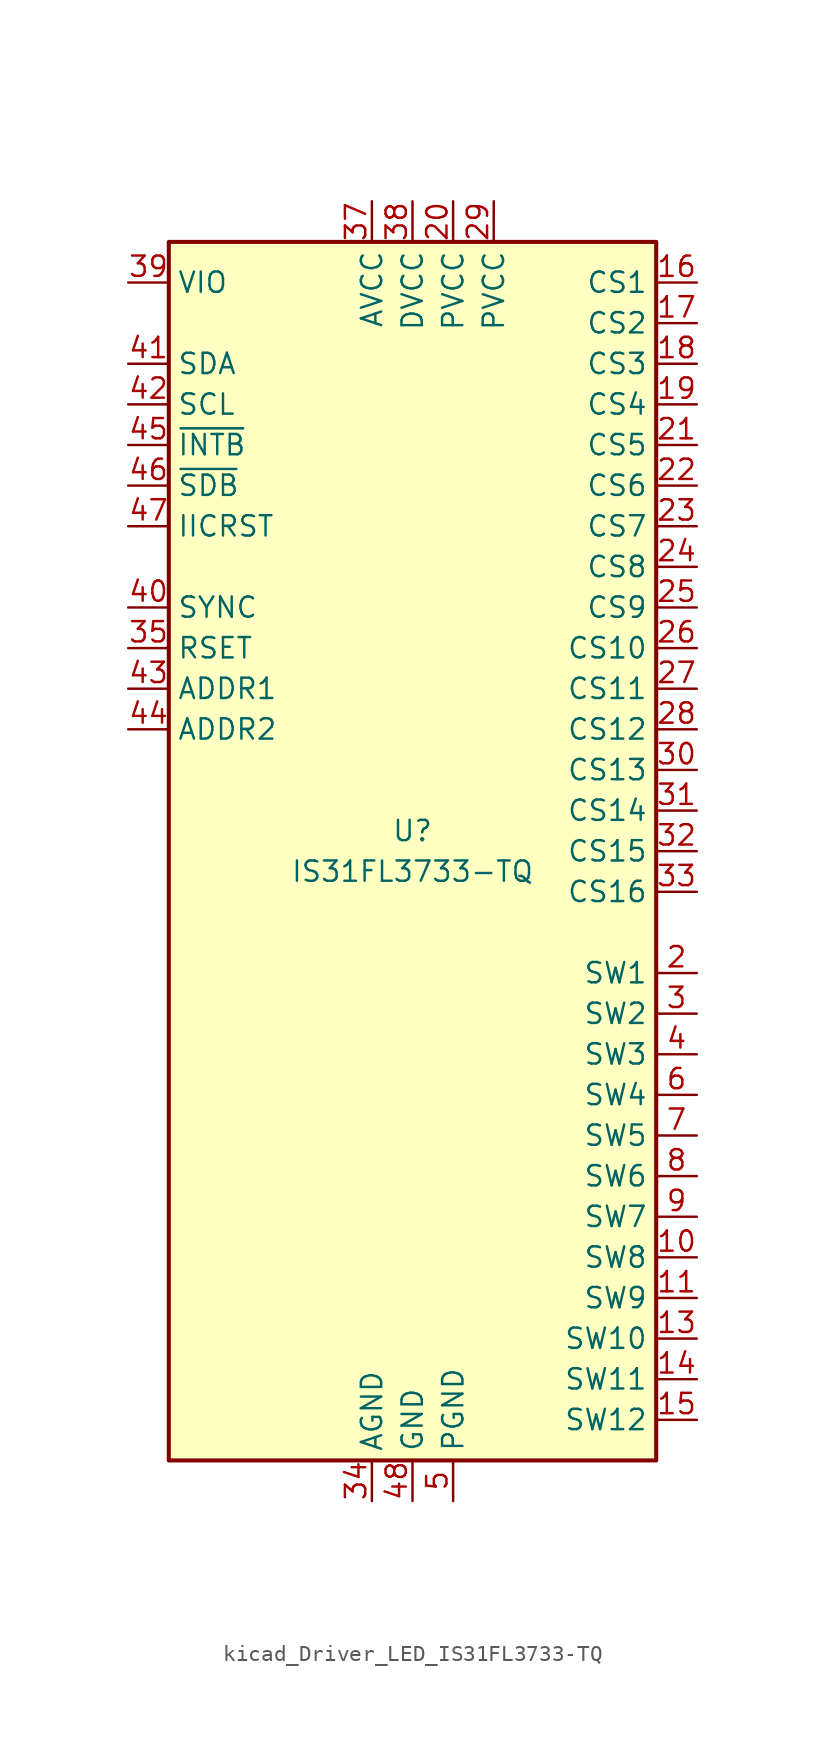
<source format=kicad_sym>
(kicad_symbol_lib
  (version 20220914)
  (generator kicad_symbol_editor)
  (symbol "kicad_Driver_LED_IS31FL3733-TQ"
    (property "Reference" "U"
      (at 0 1.27 0)
      (effects (font (size 1.27 1.27))))
    (property "Value" "IS31FL3733-TQ"
      (at 0 -1.27 0)
      (effects (font (size 1.27 1.27))))
    (symbol "kicad_Driver_LED_IS31FL3733-TQ_0_1"
      (rectangle (start -15.24 38.1) (end 15.24 -38.1) (stroke (width 0.254) (type default)) (fill (type background))))
    (symbol "kicad_Driver_LED_IS31FL3733-TQ_1_1"
      (pin no_connect line (at -15.24 -33.02 0) (length 2.54) hide (name "NC" (effects (font (size 1.27 1.27)))) (number "1" (effects (font (size 1.27 1.27)))))
      (pin input line (at 17.78 -25.4 180) (length 2.54) (name "SW8" (effects (font (size 1.27 1.27)))) (number "10" (effects (font (size 1.27 1.27)))))
      (pin input line (at 17.78 -27.94 180) (length 2.54) (name "SW9" (effects (font (size 1.27 1.27)))) (number "11" (effects (font (size 1.27 1.27)))))
      (pin passive line (at 2.54 -40.64 90) (length 2.54) hide (name "PGND" (effects (font (size 1.27 1.27)))) (number "12" (effects (font (size 1.27 1.27)))))
      (pin input line (at 17.78 -30.48 180) (length 2.54) (name "SW10" (effects (font (size 1.27 1.27)))) (number "13" (effects (font (size 1.27 1.27)))))
      (pin input line (at 17.78 -33.02 180) (length 2.54) (name "SW11" (effects (font (size 1.27 1.27)))) (number "14" (effects (font (size 1.27 1.27)))))
      (pin input line (at 17.78 -35.56 180) (length 2.54) (name "SW12" (effects (font (size 1.27 1.27)))) (number "15" (effects (font (size 1.27 1.27)))))
      (pin output line (at 17.78 35.56 180) (length 2.54) (name "CS1" (effects (font (size 1.27 1.27)))) (number "16" (effects (font (size 1.27 1.27)))))
      (pin output line (at 17.78 33.02 180) (length 2.54) (name "CS2" (effects (font (size 1.27 1.27)))) (number "17" (effects (font (size 1.27 1.27)))))
      (pin output line (at 17.78 30.48 180) (length 2.54) (name "CS3" (effects (font (size 1.27 1.27)))) (number "18" (effects (font (size 1.27 1.27)))))
      (pin output line (at 17.78 27.94 180) (length 2.54) (name "CS4" (effects (font (size 1.27 1.27)))) (number "19" (effects (font (size 1.27 1.27)))))
      (pin input line (at 17.78 -7.62 180) (length 2.54) (name "SW1" (effects (font (size 1.27 1.27)))) (number "2" (effects (font (size 1.27 1.27)))))
      (pin power_in line (at 2.54 40.64 270) (length 2.54) (name "PVCC" (effects (font (size 1.27 1.27)))) (number "20" (effects (font (size 1.27 1.27)))))
      (pin output line (at 17.78 25.4 180) (length 2.54) (name "CS5" (effects (font (size 1.27 1.27)))) (number "21" (effects (font (size 1.27 1.27)))))
      (pin output line (at 17.78 22.86 180) (length 2.54) (name "CS6" (effects (font (size 1.27 1.27)))) (number "22" (effects (font (size 1.27 1.27)))))
      (pin output line (at 17.78 20.32 180) (length 2.54) (name "CS7" (effects (font (size 1.27 1.27)))) (number "23" (effects (font (size 1.27 1.27)))))
      (pin output line (at 17.78 17.78 180) (length 2.54) (name "CS8" (effects (font (size 1.27 1.27)))) (number "24" (effects (font (size 1.27 1.27)))))
      (pin output line (at 17.78 15.24 180) (length 2.54) (name "CS9" (effects (font (size 1.27 1.27)))) (number "25" (effects (font (size 1.27 1.27)))))
      (pin output line (at 17.78 12.7 180) (length 2.54) (name "CS10" (effects (font (size 1.27 1.27)))) (number "26" (effects (font (size 1.27 1.27)))))
      (pin output line (at 17.78 10.16 180) (length 2.54) (name "CS11" (effects (font (size 1.27 1.27)))) (number "27" (effects (font (size 1.27 1.27)))))
      (pin output line (at 17.78 7.62 180) (length 2.54) (name "CS12" (effects (font (size 1.27 1.27)))) (number "28" (effects (font (size 1.27 1.27)))))
      (pin power_in line (at 5.08 40.64 270) (length 2.54) (name "PVCC" (effects (font (size 1.27 1.27)))) (number "29" (effects (font (size 1.27 1.27)))))
      (pin input line (at 17.78 -10.16 180) (length 2.54) (name "SW2" (effects (font (size 1.27 1.27)))) (number "3" (effects (font (size 1.27 1.27)))))
      (pin output line (at 17.78 5.08 180) (length 2.54) (name "CS13" (effects (font (size 1.27 1.27)))) (number "30" (effects (font (size 1.27 1.27)))))
      (pin output line (at 17.78 2.54 180) (length 2.54) (name "CS14" (effects (font (size 1.27 1.27)))) (number "31" (effects (font (size 1.27 1.27)))))
      (pin output line (at 17.78 0 180) (length 2.54) (name "CS15" (effects (font (size 1.27 1.27)))) (number "32" (effects (font (size 1.27 1.27)))))
      (pin output line (at 17.78 -2.54 180) (length 2.54) (name "CS16" (effects (font (size 1.27 1.27)))) (number "33" (effects (font (size 1.27 1.27)))))
      (pin power_in line (at -2.54 -40.64 90) (length 2.54) (name "AGND" (effects (font (size 1.27 1.27)))) (number "34" (effects (font (size 1.27 1.27)))))
      (pin passive line (at -17.78 12.7 0) (length 2.54) (name "RSET" (effects (font (size 1.27 1.27)))) (number "35" (effects (font (size 1.27 1.27)))))
      (pin no_connect line (at -15.24 -35.56 0) (length 2.54) hide (name "NC" (effects (font (size 1.27 1.27)))) (number "36" (effects (font (size 1.27 1.27)))))
      (pin power_in line (at -2.54 40.64 270) (length 2.54) (name "AVCC" (effects (font (size 1.27 1.27)))) (number "37" (effects (font (size 1.27 1.27)))))
      (pin power_in line (at 0 40.64 270) (length 2.54) (name "DVCC" (effects (font (size 1.27 1.27)))) (number "38" (effects (font (size 1.27 1.27)))))
      (pin input line (at -17.78 35.56 0) (length 2.54) (name "VIO" (effects (font (size 1.27 1.27)))) (number "39" (effects (font (size 1.27 1.27)))))
      (pin input line (at 17.78 -12.7 180) (length 2.54) (name "SW3" (effects (font (size 1.27 1.27)))) (number "4" (effects (font (size 1.27 1.27)))))
      (pin input line (at -17.78 15.24 0) (length 2.54) (name "SYNC" (effects (font (size 1.27 1.27)))) (number "40" (effects (font (size 1.27 1.27)))))
      (pin bidirectional line (at -17.78 30.48 0) (length 2.54) (name "SDA" (effects (font (size 1.27 1.27)))) (number "41" (effects (font (size 1.27 1.27)))))
      (pin input line (at -17.78 27.94 0) (length 2.54) (name "SCL" (effects (font (size 1.27 1.27)))) (number "42" (effects (font (size 1.27 1.27)))))
      (pin input line (at -17.78 10.16 0) (length 2.54) (name "ADDR1" (effects (font (size 1.27 1.27)))) (number "43" (effects (font (size 1.27 1.27)))))
      (pin input line (at -17.78 7.62 0) (length 2.54) (name "ADDR2" (effects (font (size 1.27 1.27)))) (number "44" (effects (font (size 1.27 1.27)))))
      (pin open_collector line (at -17.78 25.4 0) (length 2.54) (name "~{INTB}" (effects (font (size 1.27 1.27)))) (number "45" (effects (font (size 1.27 1.27)))))
      (pin input line (at -17.78 22.86 0) (length 2.54) (name "~{SDB}" (effects (font (size 1.27 1.27)))) (number "46" (effects (font (size 1.27 1.27)))))
      (pin input line (at -17.78 20.32 0) (length 2.54) (name "IICRST" (effects (font (size 1.27 1.27)))) (number "47" (effects (font (size 1.27 1.27)))))
      (pin power_in line (at 0 -40.64 90) (length 2.54) (name "GND" (effects (font (size 1.27 1.27)))) (number "48" (effects (font (size 1.27 1.27)))))
      (pin passive line (at 0 -40.64 90) (length 2.54) hide (name "GND" (effects (font (size 1.27 1.27)))) (number "49" (effects (font (size 1.27 1.27)))))
      (pin power_in line (at 2.54 -40.64 90) (length 2.54) (name "PGND" (effects (font (size 1.27 1.27)))) (number "5" (effects (font (size 1.27 1.27)))))
      (pin input line (at 17.78 -15.24 180) (length 2.54) (name "SW4" (effects (font (size 1.27 1.27)))) (number "6" (effects (font (size 1.27 1.27)))))
      (pin input line (at 17.78 -17.78 180) (length 2.54) (name "SW5" (effects (font (size 1.27 1.27)))) (number "7" (effects (font (size 1.27 1.27)))))
      (pin input line (at 17.78 -20.32 180) (length 2.54) (name "SW6" (effects (font (size 1.27 1.27)))) (number "8" (effects (font (size 1.27 1.27)))))
      (pin input line (at 17.78 -22.86 180) (length 2.54) (name "SW7" (effects (font (size 1.27 1.27)))) (number "9" (effects (font (size 1.27 1.27))))))))
</source>
